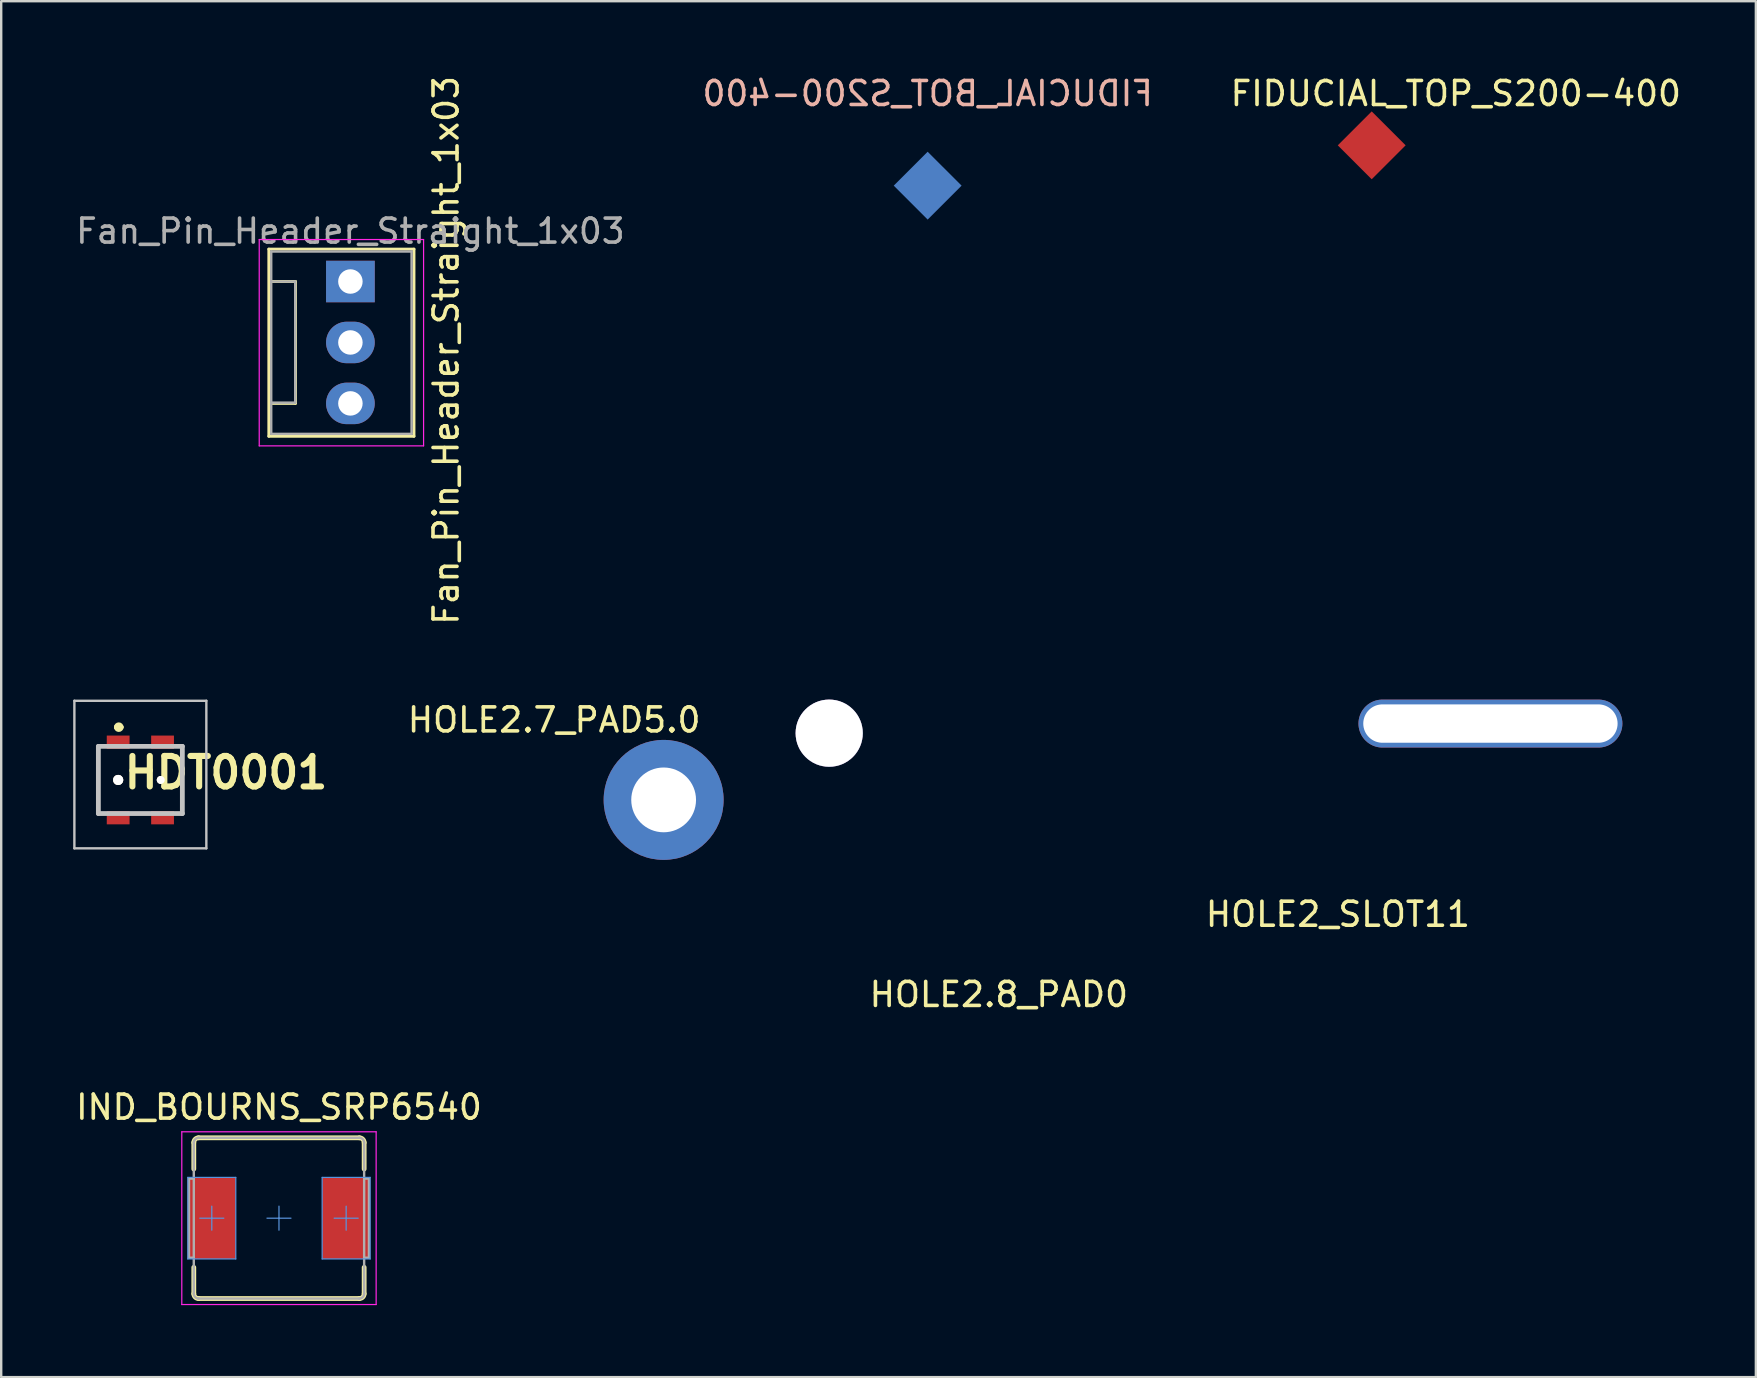
<source format=kicad_pcb>
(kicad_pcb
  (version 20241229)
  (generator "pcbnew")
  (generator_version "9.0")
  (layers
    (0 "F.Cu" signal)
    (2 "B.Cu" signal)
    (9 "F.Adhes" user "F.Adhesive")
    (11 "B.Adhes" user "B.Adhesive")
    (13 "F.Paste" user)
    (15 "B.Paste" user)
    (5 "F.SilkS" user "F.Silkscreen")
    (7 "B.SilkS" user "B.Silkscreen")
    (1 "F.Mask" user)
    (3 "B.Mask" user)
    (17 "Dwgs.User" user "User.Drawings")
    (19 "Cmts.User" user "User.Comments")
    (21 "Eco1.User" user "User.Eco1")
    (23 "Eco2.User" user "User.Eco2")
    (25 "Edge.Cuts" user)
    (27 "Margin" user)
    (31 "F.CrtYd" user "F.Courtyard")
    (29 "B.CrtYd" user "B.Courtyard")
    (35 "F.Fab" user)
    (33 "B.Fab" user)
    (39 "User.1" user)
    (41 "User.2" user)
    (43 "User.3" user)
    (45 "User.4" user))
  (footprint "IND_BOURNS_SRP6540"
    (layer "F.Cu")
    (at 8.577 47.721)
    (property "Reference" "IND_BOURNS_SRP6540" (at 0 -4.626 0) (layer "F.SilkS") (effects (font (size 1 1) (thickness 0.15))))
    (attr smd)
    (fp_line (start -3.55 -2.05) (end -3.55 -3.15) (stroke (width 0.2) (type solid)) (layer "F.SilkS"))
    (fp_line (start -3.55 3.15) (end -3.55 2.05) (stroke (width 0.2) (type solid)) (layer "F.SilkS"))
    (fp_line (start -3.35 -3.35) (end 3.35 -3.35) (stroke (width 0.2) (type solid)) (layer "F.SilkS"))
    (fp_line (start -3.35 3.35) (end 3.35 3.35) (stroke (width 0.2) (type solid)) (layer "F.SilkS"))
    (fp_line (start 3.55 -2.05) (end 3.55 -3.15) (stroke (width 0.2) (type solid)) (layer "F.SilkS"))
    (fp_line (start 3.55 3.15) (end 3.55 2.05) (stroke (width 0.2) (type solid)) (layer "F.SilkS"))
    (fp_arc (start -3.55 -3.15) (mid -3.491421 -3.291421) (end -3.35 -3.35) (stroke (width 0.2) (type solid)) (layer "F.SilkS"))
    (fp_arc (start -3.35 3.35) (mid -3.491421 3.291421) (end -3.55 3.15) (stroke (width 0.2) (type solid)) (layer "F.SilkS"))
    (fp_arc (start 3.35 -3.35) (mid 3.491421 -3.291421) (end 3.55 -3.15) (stroke (width 0.2) (type solid)) (layer "F.SilkS"))
    (fp_arc (start 3.55 3.15) (mid 3.491421 3.291421) (end 3.35 3.35) (stroke (width 0.2) (type solid)) (layer "F.SilkS"))
    (fp_line (start -3.8 -1.7) (end -1.8 -1.7) (stroke (width 0.05) (type solid)) (layer "Cmts.User"))
    (fp_line (start -3.8 1.7) (end -3.8 -1.7) (stroke (width 0.05) (type solid)) (layer "Cmts.User"))
    (fp_line (start -3.8 1.7) (end -1.8 1.7) (stroke (width 0.05) (type solid)) (layer "Cmts.User"))
    (fp_line (start -3.3 0) (end -2.8 0) (stroke (width 0.05) (type solid)) (layer "Cmts.User"))
    (fp_line (start -2.8 0) (end -2.8 -0.5) (stroke (width 0.05) (type solid)) (layer "Cmts.User"))
    (fp_line (start -2.8 0) (end -2.3 0) (stroke (width 0.05) (type solid)) (layer "Cmts.User"))
    (fp_line (start -2.8 0.5) (end -2.8 0) (stroke (width 0.05) (type solid)) (layer "Cmts.User"))
    (fp_line (start -1.8 1.7) (end -1.8 -1.7) (stroke (width 0.05) (type solid)) (layer "Cmts.User"))
    (fp_line (start -0.5 0) (end 0 0) (stroke (width 0.05) (type solid)) (layer "Cmts.User"))
    (fp_line (start 0 0) (end 0 -0.5) (stroke (width 0.05) (type solid)) (layer "Cmts.User"))
    (fp_line (start 0 0) (end 0.5 0) (stroke (width 0.05) (type solid)) (layer "Cmts.User"))
    (fp_line (start 0 0.5) (end 0 0) (stroke (width 0.05) (type solid)) (layer "Cmts.User"))
    (fp_line (start 1.8 -1.7) (end 3.8 -1.7) (stroke (width 0.05) (type solid)) (layer "Cmts.User"))
    (fp_line (start 1.8 1.7) (end 1.8 -1.7) (stroke (width 0.05) (type solid)) (layer "Cmts.User"))
    (fp_line (start 1.8 1.7) (end 3.8 1.7) (stroke (width 0.05) (type solid)) (layer "Cmts.User"))
    (fp_line (start 2.3 0) (end 2.8 0) (stroke (width 0.05) (type solid)) (layer "Cmts.User"))
    (fp_line (start 2.8 0) (end 2.8 -0.5) (stroke (width 0.05) (type solid)) (layer "Cmts.User"))
    (fp_line (start 2.8 0) (end 3.3 0) (stroke (width 0.05) (type solid)) (layer "Cmts.User"))
    (fp_line (start 2.8 0.5) (end 2.8 0) (stroke (width 0.05) (type solid)) (layer "Cmts.User"))
    (fp_line (start 3.8 1.7) (end 3.8 -1.7) (stroke (width 0.05) (type solid)) (layer "Cmts.User"))
    (fp_line (start -4.05 -3.6) (end 4.05 -3.6) (stroke (width 0.05) (type solid)) (layer "F.CrtYd"))
    (fp_line (start -4.05 3.6) (end -4.05 -3.6) (stroke (width 0.05) (type solid)) (layer "F.CrtYd"))
    (fp_line (start -4.05 3.6) (end 4.05 3.6) (stroke (width 0.05) (type solid)) (layer "F.CrtYd"))
    (fp_line (start 4.05 3.6) (end 4.05 -3.6) (stroke (width 0.05) (type solid)) (layer "F.CrtYd"))
    (fp_line (start -3.75 -1.65) (end -3.55 -1.65) (stroke (width 0.1) (type solid)) (layer "F.Fab"))
    (fp_line (start -3.75 1.65) (end -3.75 -1.65) (stroke (width 0.1) (type solid)) (layer "F.Fab"))
    (fp_line (start -3.75 1.65) (end -3.55 1.65) (stroke (width 0.1) (type solid)) (layer "F.Fab"))
    (fp_line (start -3.55 3.15) (end -3.55 -3.15) (stroke (width 0.1) (type solid)) (layer "F.Fab"))
    (fp_line (start -3.35 -3.35) (end 3.35 -3.35) (stroke (width 0.1) (type solid)) (layer "F.Fab"))
    (fp_line (start -3.35 3.35) (end 3.35 3.35) (stroke (width 0.1) (type solid)) (layer "F.Fab"))
    (fp_line (start 3.55 -1.65) (end 3.75 -1.65) (stroke (width 0.1) (type solid)) (layer "F.Fab"))
    (fp_line (start 3.55 1.65) (end 3.75 1.65) (stroke (width 0.1) (type solid)) (layer "F.Fab"))
    (fp_line (start 3.55 3.15) (end 3.55 -3.15) (stroke (width 0.1) (type solid)) (layer "F.Fab"))
    (fp_line (start 3.75 1.65) (end 3.75 -1.65) (stroke (width 0.1) (type solid)) (layer "F.Fab"))
    (fp_arc (start -3.55 -3.15) (mid -3.491421 -3.291421) (end -3.35 -3.35) (stroke (width 0.1) (type solid)) (layer "F.Fab"))
    (fp_arc (start -3.35 3.35) (mid -3.491421 3.291421) (end -3.55 3.15) (stroke (width 0.1) (type solid)) (layer "F.Fab"))
    (fp_arc (start 3.35 -3.35) (mid 3.491421 -3.291421) (end 3.55 -3.15) (stroke (width 0.1) (type solid)) (layer "F.Fab"))
    (fp_arc (start 3.55 3.15) (mid 3.491421 3.291421) (end 3.35 3.35) (stroke (width 0.1) (type solid)) (layer "F.Fab"))
    (pad "1" smd rect (at -2.8 0) (size 2 3.4) (layers "F.Cu" "F.Mask" "F.Paste"))
    (pad "2" smd rect (at 2.8 0) (size 2 3.4) (layers "F.Cu" "F.Mask" "F.Paste")))
  (footprint "HOLE2.8_PAD0"
    (layer "F.Cu")
    (at 31.509 27.507)
    (property "Reference" "HOLE2.8_PAD0" (at 7.07 10.891 0) (layer "F.SilkS") (effects (font (size 1 1) (thickness 0.15))))
    (attr through_hole)
    (pad "1" thru_hole circle (at 0 0) (size 2.8 2.8) (drill 2.8) (layers "*.Cu" "*.Mask")))
  (footprint "FIDUCIAL_BOT_S200-400"
    (layer "F.Cu")
    (at 35.613 4.688)
    (property "Reference" "FIDUCIAL_BOT_S200-400" (at 0 -3.84 0) (layer "B.SilkS") (effects (font (size 1 1) (thickness 0.15)) (justify mirror)))
    (attr smd)
    (pad "1" smd rect (at 0 0 45) (size 2 2) (layers "B.Cu" "B.Mask")))
  (footprint "Fan_Pin_Header_Straight_1x03"
    (layer "F.Cu")
    (at 11.554 8.683)
    (property "Reference" "Fan_Pin_Header_Straight_1x03" (at 3.988 2.87 90) (layer "F.SilkS") (effects (font (size 1 1) (thickness 0.15))))
    (attr through_hole)
    (fp_line (start -3.4 -1.35) (end 2.65 -1.35) (stroke (width 0.12) (type solid)) (layer "F.SilkS"))
    (fp_line (start -3.4 6.45) (end -3.4 -1.35) (stroke (width 0.12) (type solid)) (layer "F.SilkS"))
    (fp_line (start -3.3 0) (end -2.29 0) (stroke (width 0.12) (type solid)) (layer "F.SilkS"))
    (fp_line (start -2.29 0) (end -2.29 5.08) (stroke (width 0.12) (type solid)) (layer "F.SilkS"))
    (fp_line (start -2.29 5.08) (end -3.3 5.08) (stroke (width 0.12) (type solid)) (layer "F.SilkS"))
    (fp_line (start 2.65 -1.35) (end 2.65 6.45) (stroke (width 0.12) (type solid)) (layer "F.SilkS"))
    (fp_line (start 2.65 6.45) (end -3.4 6.45) (stroke (width 0.12) (type solid)) (layer "F.SilkS"))
    (fp_line (start -3.8 -1.75) (end -3.8 6.85) (stroke (width 0.05) (type solid)) (layer "F.CrtYd"))
    (fp_line (start -3.8 -1.75) (end 3.05 -1.75) (stroke (width 0.05) (type solid)) (layer "F.CrtYd"))
    (fp_line (start 3.05 6.85) (end -3.8 6.85) (stroke (width 0.05) (type solid)) (layer "F.CrtYd"))
    (fp_line (start 3.05 6.85) (end 3.05 -1.75) (stroke (width 0.05) (type solid)) (layer "F.CrtYd"))
    (fp_line (start -3.3 -1.25) (end 2.55 -1.25) (stroke (width 0.1) (type solid)) (layer "F.Fab"))
    (fp_line (start -3.3 5.05) (end -2.3 5.05) (stroke (width 0.1) (type solid)) (layer "F.Fab"))
    (fp_line (start -3.3 6.35) (end -3.3 -1.25) (stroke (width 0.1) (type solid)) (layer "F.Fab"))
    (fp_line (start -2.3 0) (end -3.3 0) (stroke (width 0.1) (type solid)) (layer "F.Fab"))
    (fp_line (start -2.3 5.05) (end -2.3 0) (stroke (width 0.1) (type solid)) (layer "F.Fab"))
    (fp_line (start 2.55 -1.25) (end 2.55 6.35) (stroke (width 0.1) (type solid)) (layer "F.Fab"))
    (fp_line (start 2.55 6.35) (end -3.3 6.35) (stroke (width 0.1) (type solid)) (layer "F.Fab"))
    (fp_text user "${REFERENCE}" (at 0 -2.1 0) (layer "F.Fab") (effects (font (size 1 1) (thickness 0.15))))
    (pad "1" thru_hole rect (at 0 0) (size 2.03 1.73) (drill 1.02) (layers "*.Cu" "*.Mask"))
    (pad "2" thru_hole oval (at 0 2.54) (size 2.03 1.73) (drill 1.02) (layers "*.Cu" "*.Mask"))
    (pad "3" thru_hole oval (at 0 5.08) (size 2.03 1.73) (drill 1.02) (layers "*.Cu" "*.Mask")))
  (footprint "HDT0001"
    (layer "F.Cu")
    (at 2.8 29.457)
    (property "Reference" "HDT0001" (at 3.569 -0.305 0) (layer "F.SilkS") (effects (font (size 1.27 1.27) (thickness 0.254))))
    (attr through_hole)
    (fp_line (start -1.75 -1.4) (end -1.75 1.4) (stroke (width 0.1) (type solid)) (layer "F.SilkS"))
    (fp_line (start -1 -2.2) (end -1 -2.2) (stroke (width 0.2) (type solid)) (layer "F.SilkS"))
    (fp_line (start -0.8 -2.2) (end -0.8 -2.2) (stroke (width 0.2) (type solid)) (layer "F.SilkS"))
    (fp_line (start 1.75 -1.4) (end 1.75 1.4) (stroke (width 0.1) (type solid)) (layer "F.SilkS"))
    (fp_arc (start -1 -2.2) (mid -0.9 -2.3) (end -0.8 -2.2) (stroke (width 0.2) (type solid)) (layer "F.SilkS"))
    (fp_arc (start -0.8 -2.2) (mid -0.9 -2.1) (end -1 -2.2) (stroke (width 0.2) (type solid)) (layer "F.SilkS"))
    (fp_line (start -2.75 -3.3) (end 2.75 -3.3) (stroke (width 0.1) (type solid)) (layer "Dwgs.User"))
    (fp_line (start -2.75 2.85) (end -2.75 -3.3) (stroke (width 0.1) (type solid)) (layer "Dwgs.User"))
    (fp_line (start -1.75 -1.4) (end 1.75 -1.4) (stroke (width 0.2) (type solid)) (layer "Dwgs.User"))
    (fp_line (start -1.75 1.4) (end -1.75 -1.4) (stroke (width 0.2) (type solid)) (layer "Dwgs.User"))
    (fp_line (start 1.75 -1.4) (end 1.75 1.4) (stroke (width 0.2) (type solid)) (layer "Dwgs.User"))
    (fp_line (start 1.75 1.4) (end -1.75 1.4) (stroke (width 0.2) (type solid)) (layer "Dwgs.User"))
    (fp_line (start 2.75 -3.3) (end 2.75 2.85) (stroke (width 0.1) (type solid)) (layer "Dwgs.User"))
    (fp_line (start 2.75 2.85) (end -2.75 2.85) (stroke (width 0.1) (type solid)) (layer "Dwgs.User"))
    (pad "1" smd rect (at -0.925 -1.575 90) (size 0.55 0.95) (layers "F.Cu" "F.Mask" "F.Paste"))
    (pad "2" smd rect (at 0.925 -1.575 90) (size 0.55 0.95) (layers "F.Cu" "F.Mask" "F.Paste"))
    (pad "3" smd rect (at -0.925 1.575 90) (size 0.55 0.95) (layers "F.Cu" "F.Mask" "F.Paste"))
    (pad "4" smd rect (at 0.925 1.575 90) (size 0.55 0.95) (layers "F.Cu" "F.Mask" "F.Paste"))
    (pad "5" thru_hole circle (at -0.925 0 90) (size 0.42 0.42) (drill 0.84) (layers "*.Cu" "*.Mask" "F.SilkS"))
    (pad "6" thru_hole circle (at 0.85 0 90) (size 0.33 0.33) (drill 0.66) (layers "*.Cu" "*.Mask" "F.SilkS")))
  (footprint "HOLE2.7_PAD5.0"
    (layer "F.Cu")
    (at 24.609 30.288)
    (property "Reference" "HOLE2.7_PAD5.0" (at -4.563 -3.333 0) (layer "F.SilkS") (effects (font (size 1 1) (thickness 0.15))))
    (attr through_hole)
    (pad "1" thru_hole circle (at 0 0) (size 5 5) (drill 2.7) (layers "*.Cu" "*.Mask")))
  (footprint "HOLE2_SLOT11"
    (layer "F.Cu")
    (at 59.068 27.107)
    (property "Reference" "HOLE2_SLOT11" (at -6.357 7.949 0) (layer "F.SilkS") (effects (font (size 1 1) (thickness 0.15))))
    (attr through_hole)
    (pad "9" thru_hole oval (at 0 0) (size 11 2) (drill oval 10.6 1.6) (layers "*.Cu" "*.Mask")))
  (footprint "FIDUCIAL_TOP_S200-400"
    (layer "F.Cu")
    (at 54.12 3.007)
    (property "Reference" "FIDUCIAL_TOP_S200-400" (at 3.505 -2.159 0) (layer "F.SilkS") (effects (font (size 1 1) (thickness 0.15))))
    (attr smd)
    (pad "1" smd rect (at 0 0 45) (size 2 2) (layers "F.Cu" "F.Mask")))
  (gr_rect
    (start -3 -3)
    (end 70.131 54.346)
    (stroke (width 0.1) (type default))
    (fill no)
    (layer "Edge.Cuts")))
</source>
